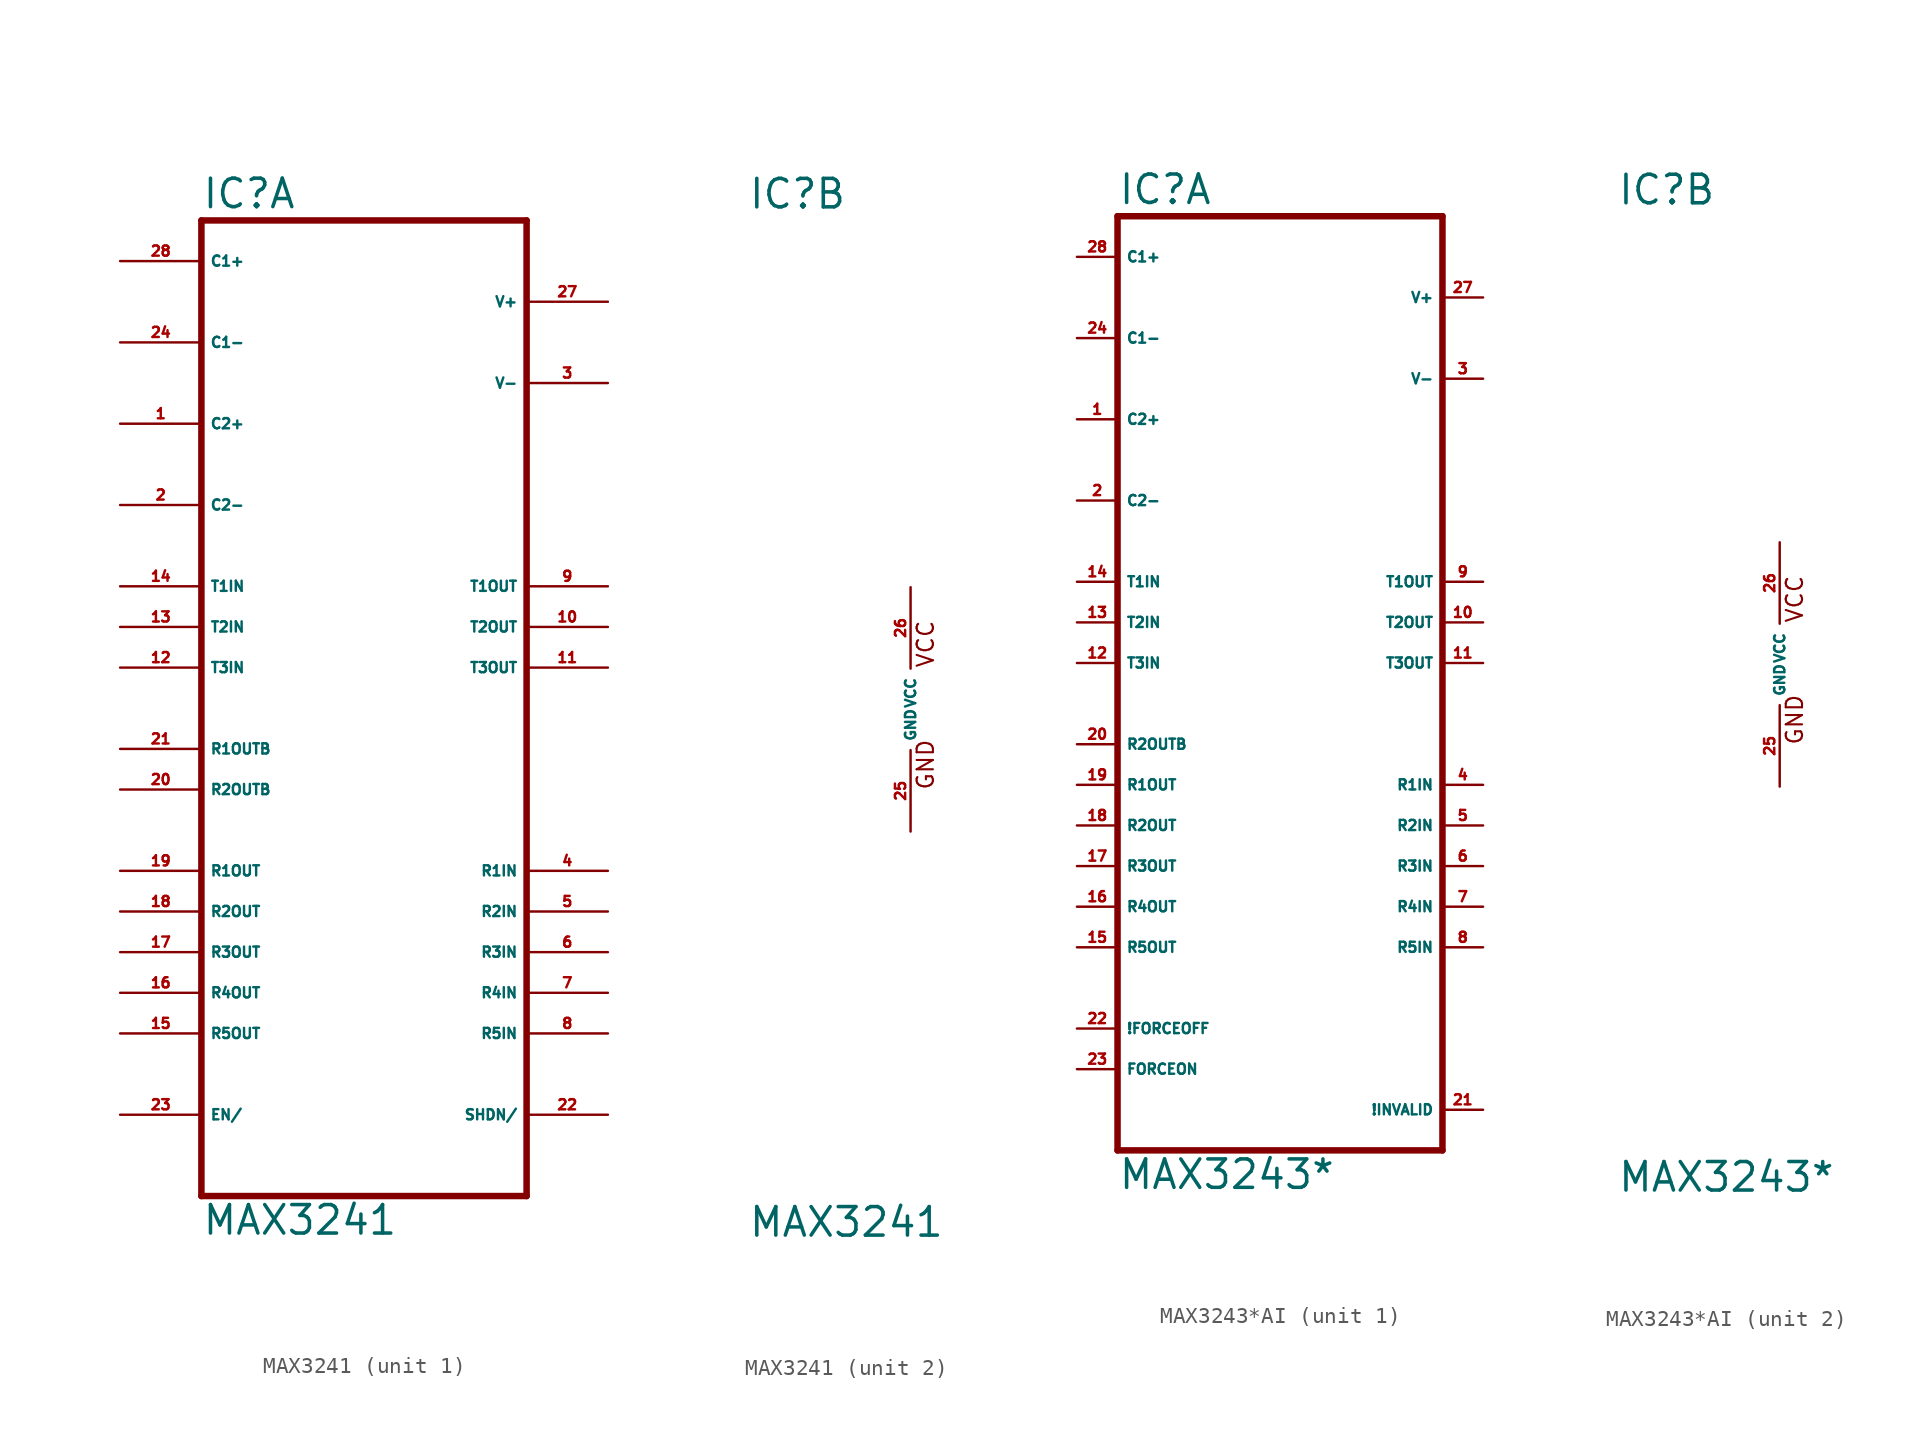
<source format=kicad_sym>
(kicad_symbol_lib
  (version 20220914)
  (generator Eagle2Kicad)
  (symbol "MAX3241"
    (property "Reference" "IC"
      (at -10.16 31.115 0)
      (effects (font (size 1.778 1.778) (thickness 0.22)) (justify left bottom)))
    (property "Value" "MAX3241"
      (at -10.16 -33.02 0)
      (effects (font (size 1.778 1.778) (thickness 0.22)) (justify left bottom)))
    (symbol "MAX3241_1_0"
      (polyline (pts (xy -10.16 30.48) (xy 10.16 30.48)) (stroke (width 0.406) (type default)) (fill (type none)))
      (polyline (pts (xy 10.16 -30.48) (xy 10.16 30.48)) (stroke (width 0.406) (type default)) (fill (type none)))
      (polyline (pts (xy 10.16 -30.48) (xy -10.16 -30.48)) (stroke (width 0.406) (type default)) (fill (type none)))
      (polyline (pts (xy -10.16 30.48) (xy -10.16 -30.48)) (stroke (width 0.406) (type default)) (fill (type none)))
      (pin passive line (at -15.24 27.94 0) (length 5.08) (name "C1+" (effects (font (size 0.635 0.635) (thickness 0.08)) (justify left bottom))) (number "28" (effects (font (size 0.635 0.635) (thickness 0.08)) (justify left bottom))))
      (pin passive line (at -15.24 22.86 0) (length 5.08) (name "C1-" (effects (font (size 0.635 0.635) (thickness 0.08)) (justify left bottom))) (number "24" (effects (font (size 0.635 0.635) (thickness 0.08)) (justify left bottom))))
      (pin passive line (at -15.24 17.78 0) (length 5.08) (name "C2+" (effects (font (size 0.635 0.635) (thickness 0.08)) (justify left bottom))) (number "1" (effects (font (size 0.635 0.635) (thickness 0.08)) (justify left bottom))))
      (pin passive line (at -15.24 12.7 0) (length 5.08) (name "C2-" (effects (font (size 0.635 0.635) (thickness 0.08)) (justify left bottom))) (number "2" (effects (font (size 0.635 0.635) (thickness 0.08)) (justify left bottom))))
      (pin input line (at -15.24 7.62 0) (length 5.08) (name "T1IN" (effects (font (size 0.635 0.635) (thickness 0.08)) (justify left bottom))) (number "14" (effects (font (size 0.635 0.635) (thickness 0.08)) (justify left bottom))))
      (pin input line (at -15.24 5.08 0) (length 5.08) (name "T2IN" (effects (font (size 0.635 0.635) (thickness 0.08)) (justify left bottom))) (number "13" (effects (font (size 0.635 0.635) (thickness 0.08)) (justify left bottom))))
      (pin output line (at -15.24 -10.16 0) (length 5.08) (name "R1OUT" (effects (font (size 0.635 0.635) (thickness 0.08)) (justify left bottom))) (number "19" (effects (font (size 0.635 0.635) (thickness 0.08)) (justify left bottom))))
      (pin output line (at -15.24 -12.7 0) (length 5.08) (name "R2OUT" (effects (font (size 0.635 0.635) (thickness 0.08)) (justify left bottom))) (number "18" (effects (font (size 0.635 0.635) (thickness 0.08)) (justify left bottom))))
      (pin passive line (at 15.24 25.4 180) (length 5.08) (name "V+" (effects (font (size 0.635 0.635) (thickness 0.08)) (justify left bottom))) (number "27" (effects (font (size 0.635 0.635) (thickness 0.08)) (justify left bottom))))
      (pin passive line (at 15.24 20.32 180) (length 5.08) (name "V-" (effects (font (size 0.635 0.635) (thickness 0.08)) (justify left bottom))) (number "3" (effects (font (size 0.635 0.635) (thickness 0.08)) (justify left bottom))))
      (pin output line (at 15.24 7.62 180) (length 5.08) (name "T1OUT" (effects (font (size 0.635 0.635) (thickness 0.08)) (justify left bottom))) (number "9" (effects (font (size 0.635 0.635) (thickness 0.08)) (justify left bottom))))
      (pin output line (at 15.24 5.08 180) (length 5.08) (name "T2OUT" (effects (font (size 0.635 0.635) (thickness 0.08)) (justify left bottom))) (number "10" (effects (font (size 0.635 0.635) (thickness 0.08)) (justify left bottom))))
      (pin input line (at 15.24 -10.16 180) (length 5.08) (name "R1IN" (effects (font (size 0.635 0.635) (thickness 0.08)) (justify left bottom))) (number "4" (effects (font (size 0.635 0.635) (thickness 0.08)) (justify left bottom))))
      (pin input line (at 15.24 -12.7 180) (length 5.08) (name "R2IN" (effects (font (size 0.635 0.635) (thickness 0.08)) (justify left bottom))) (number "5" (effects (font (size 0.635 0.635) (thickness 0.08)) (justify left bottom))))
      (pin input line (at -15.24 2.54 0) (length 5.08) (name "T3IN" (effects (font (size 0.635 0.635) (thickness 0.08)) (justify left bottom))) (number "12" (effects (font (size 0.635 0.635) (thickness 0.08)) (justify left bottom))))
      (pin output line (at 15.24 2.54 180) (length 5.08) (name "T3OUT" (effects (font (size 0.635 0.635) (thickness 0.08)) (justify left bottom))) (number "11" (effects (font (size 0.635 0.635) (thickness 0.08)) (justify left bottom))))
      (pin output line (at -15.24 -2.54 0) (length 5.08) (name "R1OUTB" (effects (font (size 0.635 0.635) (thickness 0.08)) (justify left bottom))) (number "21" (effects (font (size 0.635 0.635) (thickness 0.08)) (justify left bottom))))
      (pin output line (at -15.24 -15.24 0) (length 5.08) (name "R3OUT" (effects (font (size 0.635 0.635) (thickness 0.08)) (justify left bottom))) (number "17" (effects (font (size 0.635 0.635) (thickness 0.08)) (justify left bottom))))
      (pin input line (at 15.24 -15.24 180) (length 5.08) (name "R3IN" (effects (font (size 0.635 0.635) (thickness 0.08)) (justify left bottom))) (number "6" (effects (font (size 0.635 0.635) (thickness 0.08)) (justify left bottom))))
      (pin input line (at 15.24 -25.4 180) (length 5.08) (name "SHDN/" (effects (font (size 0.635 0.635) (thickness 0.08)) (justify left bottom))) (number "22" (effects (font (size 0.635 0.635) (thickness 0.08)) (justify left bottom))))
      (pin input line (at -15.24 -25.4 0) (length 5.08) (name "EN/" (effects (font (size 0.635 0.635) (thickness 0.08)) (justify left bottom))) (number "23" (effects (font (size 0.635 0.635) (thickness 0.08)) (justify left bottom))))
      (pin output line (at -15.24 -5.08 0) (length 5.08) (name "R2OUTB" (effects (font (size 0.635 0.635) (thickness 0.08)) (justify left bottom))) (number "20" (effects (font (size 0.635 0.635) (thickness 0.08)) (justify left bottom))))
      (pin output line (at -15.24 -17.78 0) (length 5.08) (name "R4OUT" (effects (font (size 0.635 0.635) (thickness 0.08)) (justify left bottom))) (number "16" (effects (font (size 0.635 0.635) (thickness 0.08)) (justify left bottom))))
      (pin output line (at -15.24 -20.32 0) (length 5.08) (name "R5OUT" (effects (font (size 0.635 0.635) (thickness 0.08)) (justify left bottom))) (number "15" (effects (font (size 0.635 0.635) (thickness 0.08)) (justify left bottom))))
      (pin input line (at 15.24 -17.78 180) (length 5.08) (name "R4IN" (effects (font (size 0.635 0.635) (thickness 0.08)) (justify left bottom))) (number "7" (effects (font (size 0.635 0.635) (thickness 0.08)) (justify left bottom))))
      (pin input line (at 15.24 -20.32 180) (length 5.08) (name "R5IN" (effects (font (size 0.635 0.635) (thickness 0.08)) (justify left bottom))) (number "8" (effects (font (size 0.635 0.635) (thickness 0.08)) (justify left bottom)))))
    (symbol "MAX3241_2_0"
      (text "GND" (at 1.524 -5.08 900) (effects (font (size 1.016 1.016) (thickness 0.13)) (justify left bottom)))
      (text "VCC" (at 1.524 2.54 900) (effects (font (size 1.016 1.016) (thickness 0.13)) (justify left bottom)))
      (pin unspecified line (at 0 7.62 270) (length 5.08) (name "VCC" (effects (font (size 0.635 0.635) (thickness 0.08)) (justify left bottom))) (number "26" (effects (font (size 0.635 0.635) (thickness 0.08)) (justify left bottom))))
      (pin unspecified line (at 0 -7.62 90) (length 5.08) (name "GND" (effects (font (size 0.635 0.635) (thickness 0.08)) (justify left bottom))) (number "25" (effects (font (size 0.635 0.635) (thickness 0.08)) (justify left bottom))))))
  (symbol "MAX3243*AI"
    (property "Reference" "IC"
      (at -10.16 28.575 0)
      (effects (font (size 1.778 1.778) (thickness 0.22)) (justify left bottom)))
    (property "Value" "MAX3243*"
      (at -10.16 -33.02 0)
      (effects (font (size 1.778 1.778) (thickness 0.22)) (justify left bottom)))
    (symbol "MAX3243*AI_1_0"
      (polyline (pts (xy -10.16 27.94) (xy 10.16 27.94)) (stroke (width 0.406) (type default)) (fill (type none)))
      (polyline (pts (xy 10.16 -30.48) (xy 10.16 27.94)) (stroke (width 0.406) (type default)) (fill (type none)))
      (polyline (pts (xy 10.16 -30.48) (xy -10.16 -30.48)) (stroke (width 0.406) (type default)) (fill (type none)))
      (polyline (pts (xy -10.16 27.94) (xy -10.16 -30.48)) (stroke (width 0.406) (type default)) (fill (type none)))
      (pin passive line (at -12.7 25.4 0) (length 2.54) (name "C1+" (effects (font (size 0.635 0.635) (thickness 0.08)) (justify left bottom))) (number "28" (effects (font (size 0.635 0.635) (thickness 0.08)) (justify left bottom))))
      (pin passive line (at -12.7 20.32 0) (length 2.54) (name "C1-" (effects (font (size 0.635 0.635) (thickness 0.08)) (justify left bottom))) (number "24" (effects (font (size 0.635 0.635) (thickness 0.08)) (justify left bottom))))
      (pin passive line (at -12.7 15.24 0) (length 2.54) (name "C2+" (effects (font (size 0.635 0.635) (thickness 0.08)) (justify left bottom))) (number "1" (effects (font (size 0.635 0.635) (thickness 0.08)) (justify left bottom))))
      (pin passive line (at -12.7 10.16 0) (length 2.54) (name "C2-" (effects (font (size 0.635 0.635) (thickness 0.08)) (justify left bottom))) (number "2" (effects (font (size 0.635 0.635) (thickness 0.08)) (justify left bottom))))
      (pin input line (at -12.7 5.08 0) (length 2.54) (name "T1IN" (effects (font (size 0.635 0.635) (thickness 0.08)) (justify left bottom))) (number "14" (effects (font (size 0.635 0.635) (thickness 0.08)) (justify left bottom))))
      (pin input line (at -12.7 2.54 0) (length 2.54) (name "T2IN" (effects (font (size 0.635 0.635) (thickness 0.08)) (justify left bottom))) (number "13" (effects (font (size 0.635 0.635) (thickness 0.08)) (justify left bottom))))
      (pin output line (at -12.7 -7.62 0) (length 2.54) (name "R1OUT" (effects (font (size 0.635 0.635) (thickness 0.08)) (justify left bottom))) (number "19" (effects (font (size 0.635 0.635) (thickness 0.08)) (justify left bottom))))
      (pin output line (at -12.7 -10.16 0) (length 2.54) (name "R2OUT" (effects (font (size 0.635 0.635) (thickness 0.08)) (justify left bottom))) (number "18" (effects (font (size 0.635 0.635) (thickness 0.08)) (justify left bottom))))
      (pin passive line (at 12.7 22.86 180) (length 2.54) (name "V+" (effects (font (size 0.635 0.635) (thickness 0.08)) (justify left bottom))) (number "27" (effects (font (size 0.635 0.635) (thickness 0.08)) (justify left bottom))))
      (pin passive line (at 12.7 17.78 180) (length 2.54) (name "V-" (effects (font (size 0.635 0.635) (thickness 0.08)) (justify left bottom))) (number "3" (effects (font (size 0.635 0.635) (thickness 0.08)) (justify left bottom))))
      (pin output line (at 12.7 5.08 180) (length 2.54) (name "T1OUT" (effects (font (size 0.635 0.635) (thickness 0.08)) (justify left bottom))) (number "9" (effects (font (size 0.635 0.635) (thickness 0.08)) (justify left bottom))))
      (pin output line (at 12.7 2.54 180) (length 2.54) (name "T2OUT" (effects (font (size 0.635 0.635) (thickness 0.08)) (justify left bottom))) (number "10" (effects (font (size 0.635 0.635) (thickness 0.08)) (justify left bottom))))
      (pin input line (at 12.7 -7.62 180) (length 2.54) (name "R1IN" (effects (font (size 0.635 0.635) (thickness 0.08)) (justify left bottom))) (number "4" (effects (font (size 0.635 0.635) (thickness 0.08)) (justify left bottom))))
      (pin input line (at 12.7 -10.16 180) (length 2.54) (name "R2IN" (effects (font (size 0.635 0.635) (thickness 0.08)) (justify left bottom))) (number "5" (effects (font (size 0.635 0.635) (thickness 0.08)) (justify left bottom))))
      (pin input line (at -12.7 0 0) (length 2.54) (name "T3IN" (effects (font (size 0.635 0.635) (thickness 0.08)) (justify left bottom))) (number "12" (effects (font (size 0.635 0.635) (thickness 0.08)) (justify left bottom))))
      (pin output line (at 12.7 0 180) (length 2.54) (name "T3OUT" (effects (font (size 0.635 0.635) (thickness 0.08)) (justify left bottom))) (number "11" (effects (font (size 0.635 0.635) (thickness 0.08)) (justify left bottom))))
      (pin output line (at -12.7 -5.08 0) (length 2.54) (name "R2OUTB" (effects (font (size 0.635 0.635) (thickness 0.08)) (justify left bottom))) (number "20" (effects (font (size 0.635 0.635) (thickness 0.08)) (justify left bottom))))
      (pin output line (at -12.7 -12.7 0) (length 2.54) (name "R3OUT" (effects (font (size 0.635 0.635) (thickness 0.08)) (justify left bottom))) (number "17" (effects (font (size 0.635 0.635) (thickness 0.08)) (justify left bottom))))
      (pin input line (at 12.7 -12.7 180) (length 2.54) (name "R3IN" (effects (font (size 0.635 0.635) (thickness 0.08)) (justify left bottom))) (number "6" (effects (font (size 0.635 0.635) (thickness 0.08)) (justify left bottom))))
      (pin input line (at 12.7 -27.94 180) (length 2.54) (name "!INVALID" (effects (font (size 0.635 0.635) (thickness 0.08)) (justify left bottom))) (number "21" (effects (font (size 0.635 0.635) (thickness 0.08)) (justify left bottom))))
      (pin input line (at -12.7 -22.86 0) (length 2.54) (name "!FORCEOFF" (effects (font (size 0.635 0.635) (thickness 0.08)) (justify left bottom))) (number "22" (effects (font (size 0.635 0.635) (thickness 0.08)) (justify left bottom))))
      (pin input line (at -12.7 -25.4 0) (length 2.54) (name "FORCEON" (effects (font (size 0.635 0.635) (thickness 0.08)) (justify left bottom))) (number "23" (effects (font (size 0.635 0.635) (thickness 0.08)) (justify left bottom))))
      (pin output line (at -12.7 -15.24 0) (length 2.54) (name "R4OUT" (effects (font (size 0.635 0.635) (thickness 0.08)) (justify left bottom))) (number "16" (effects (font (size 0.635 0.635) (thickness 0.08)) (justify left bottom))))
      (pin output line (at -12.7 -17.78 0) (length 2.54) (name "R5OUT" (effects (font (size 0.635 0.635) (thickness 0.08)) (justify left bottom))) (number "15" (effects (font (size 0.635 0.635) (thickness 0.08)) (justify left bottom))))
      (pin input line (at 12.7 -15.24 180) (length 2.54) (name "R4IN" (effects (font (size 0.635 0.635) (thickness 0.08)) (justify left bottom))) (number "7" (effects (font (size 0.635 0.635) (thickness 0.08)) (justify left bottom))))
      (pin input line (at 12.7 -17.78 180) (length 2.54) (name "R5IN" (effects (font (size 0.635 0.635) (thickness 0.08)) (justify left bottom))) (number "8" (effects (font (size 0.635 0.635) (thickness 0.08)) (justify left bottom)))))
    (symbol "MAX3243*AI_2_0"
      (text "GND" (at 1.524 -5.08 900) (effects (font (size 1.016 1.016) (thickness 0.13)) (justify left bottom)))
      (text "VCC" (at 1.524 2.54 900) (effects (font (size 1.016 1.016) (thickness 0.13)) (justify left bottom)))
      (pin unspecified line (at 0 7.62 270) (length 5.08) (name "VCC" (effects (font (size 0.635 0.635) (thickness 0.08)) (justify left bottom))) (number "26" (effects (font (size 0.635 0.635) (thickness 0.08)) (justify left bottom))))
      (pin unspecified line (at 0 -7.62 90) (length 5.08) (name "GND" (effects (font (size 0.635 0.635) (thickness 0.08)) (justify left bottom))) (number "25" (effects (font (size 0.635 0.635) (thickness 0.08)) (justify left bottom)))))))
</source>
